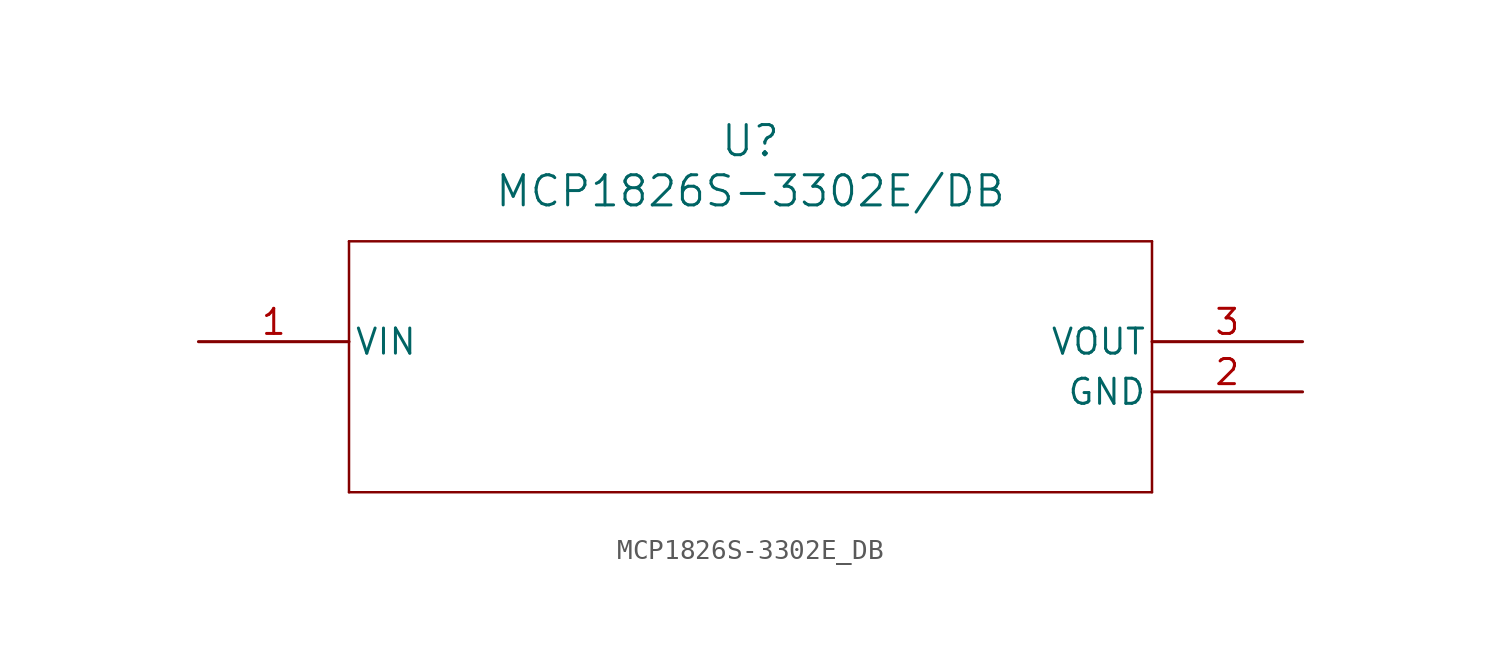
<source format=kicad_sym>
(kicad_symbol_lib
  (version 20211014)
  (generator kicad_symbol_editor)
  (symbol "MCP1826S-3302E_DB"
    (pin_names
      (offset 0.254))
    (property "Reference" "U"
      (at 27.94 10.16 0)
      (effects (font (size 1.524 1.524))))
    (property "Value" "MCP1826S-3302E/DB"
      (at 27.94 7.62 0)
      (effects (font (size 1.524 1.524))))
    (symbol "MCP1826S-3302E_DB_0_1"
      (polyline (pts (xy 7.62 5.08) (xy 7.62 -7.62)) (stroke (width 0.127) (type default) (color 0 0 0 0)) (fill (type none)))
      (polyline (pts (xy 7.62 -7.62) (xy 48.26 -7.62)) (stroke (width 0.127) (type default) (color 0 0 0 0)) (fill (type none)))
      (polyline (pts (xy 48.26 -7.62) (xy 48.26 5.08)) (stroke (width 0.127) (type default) (color 0 0 0 0)) (fill (type none)))
      (polyline (pts (xy 48.26 5.08) (xy 7.62 5.08)) (stroke (width 0.127) (type default) (color 0 0 0 0)) (fill (type none)))
      (pin unspecified line (at 0 0 0) (length 7.62) (name "VIN" (effects (font (size 1.27 1.27)))) (number "1" (effects (font (size 1.27 1.27)))))
      (pin unspecified line (at 55.88 -2.54 180) (length 7.62) (name "GND" (effects (font (size 1.27 1.27)))) (number "2" (effects (font (size 1.27 1.27)))))
      (pin unspecified line (at 55.88 0 180) (length 7.62) (name "VOUT" (effects (font (size 1.27 1.27)))) (number "3" (effects (font (size 1.27 1.27))))))))
</source>
